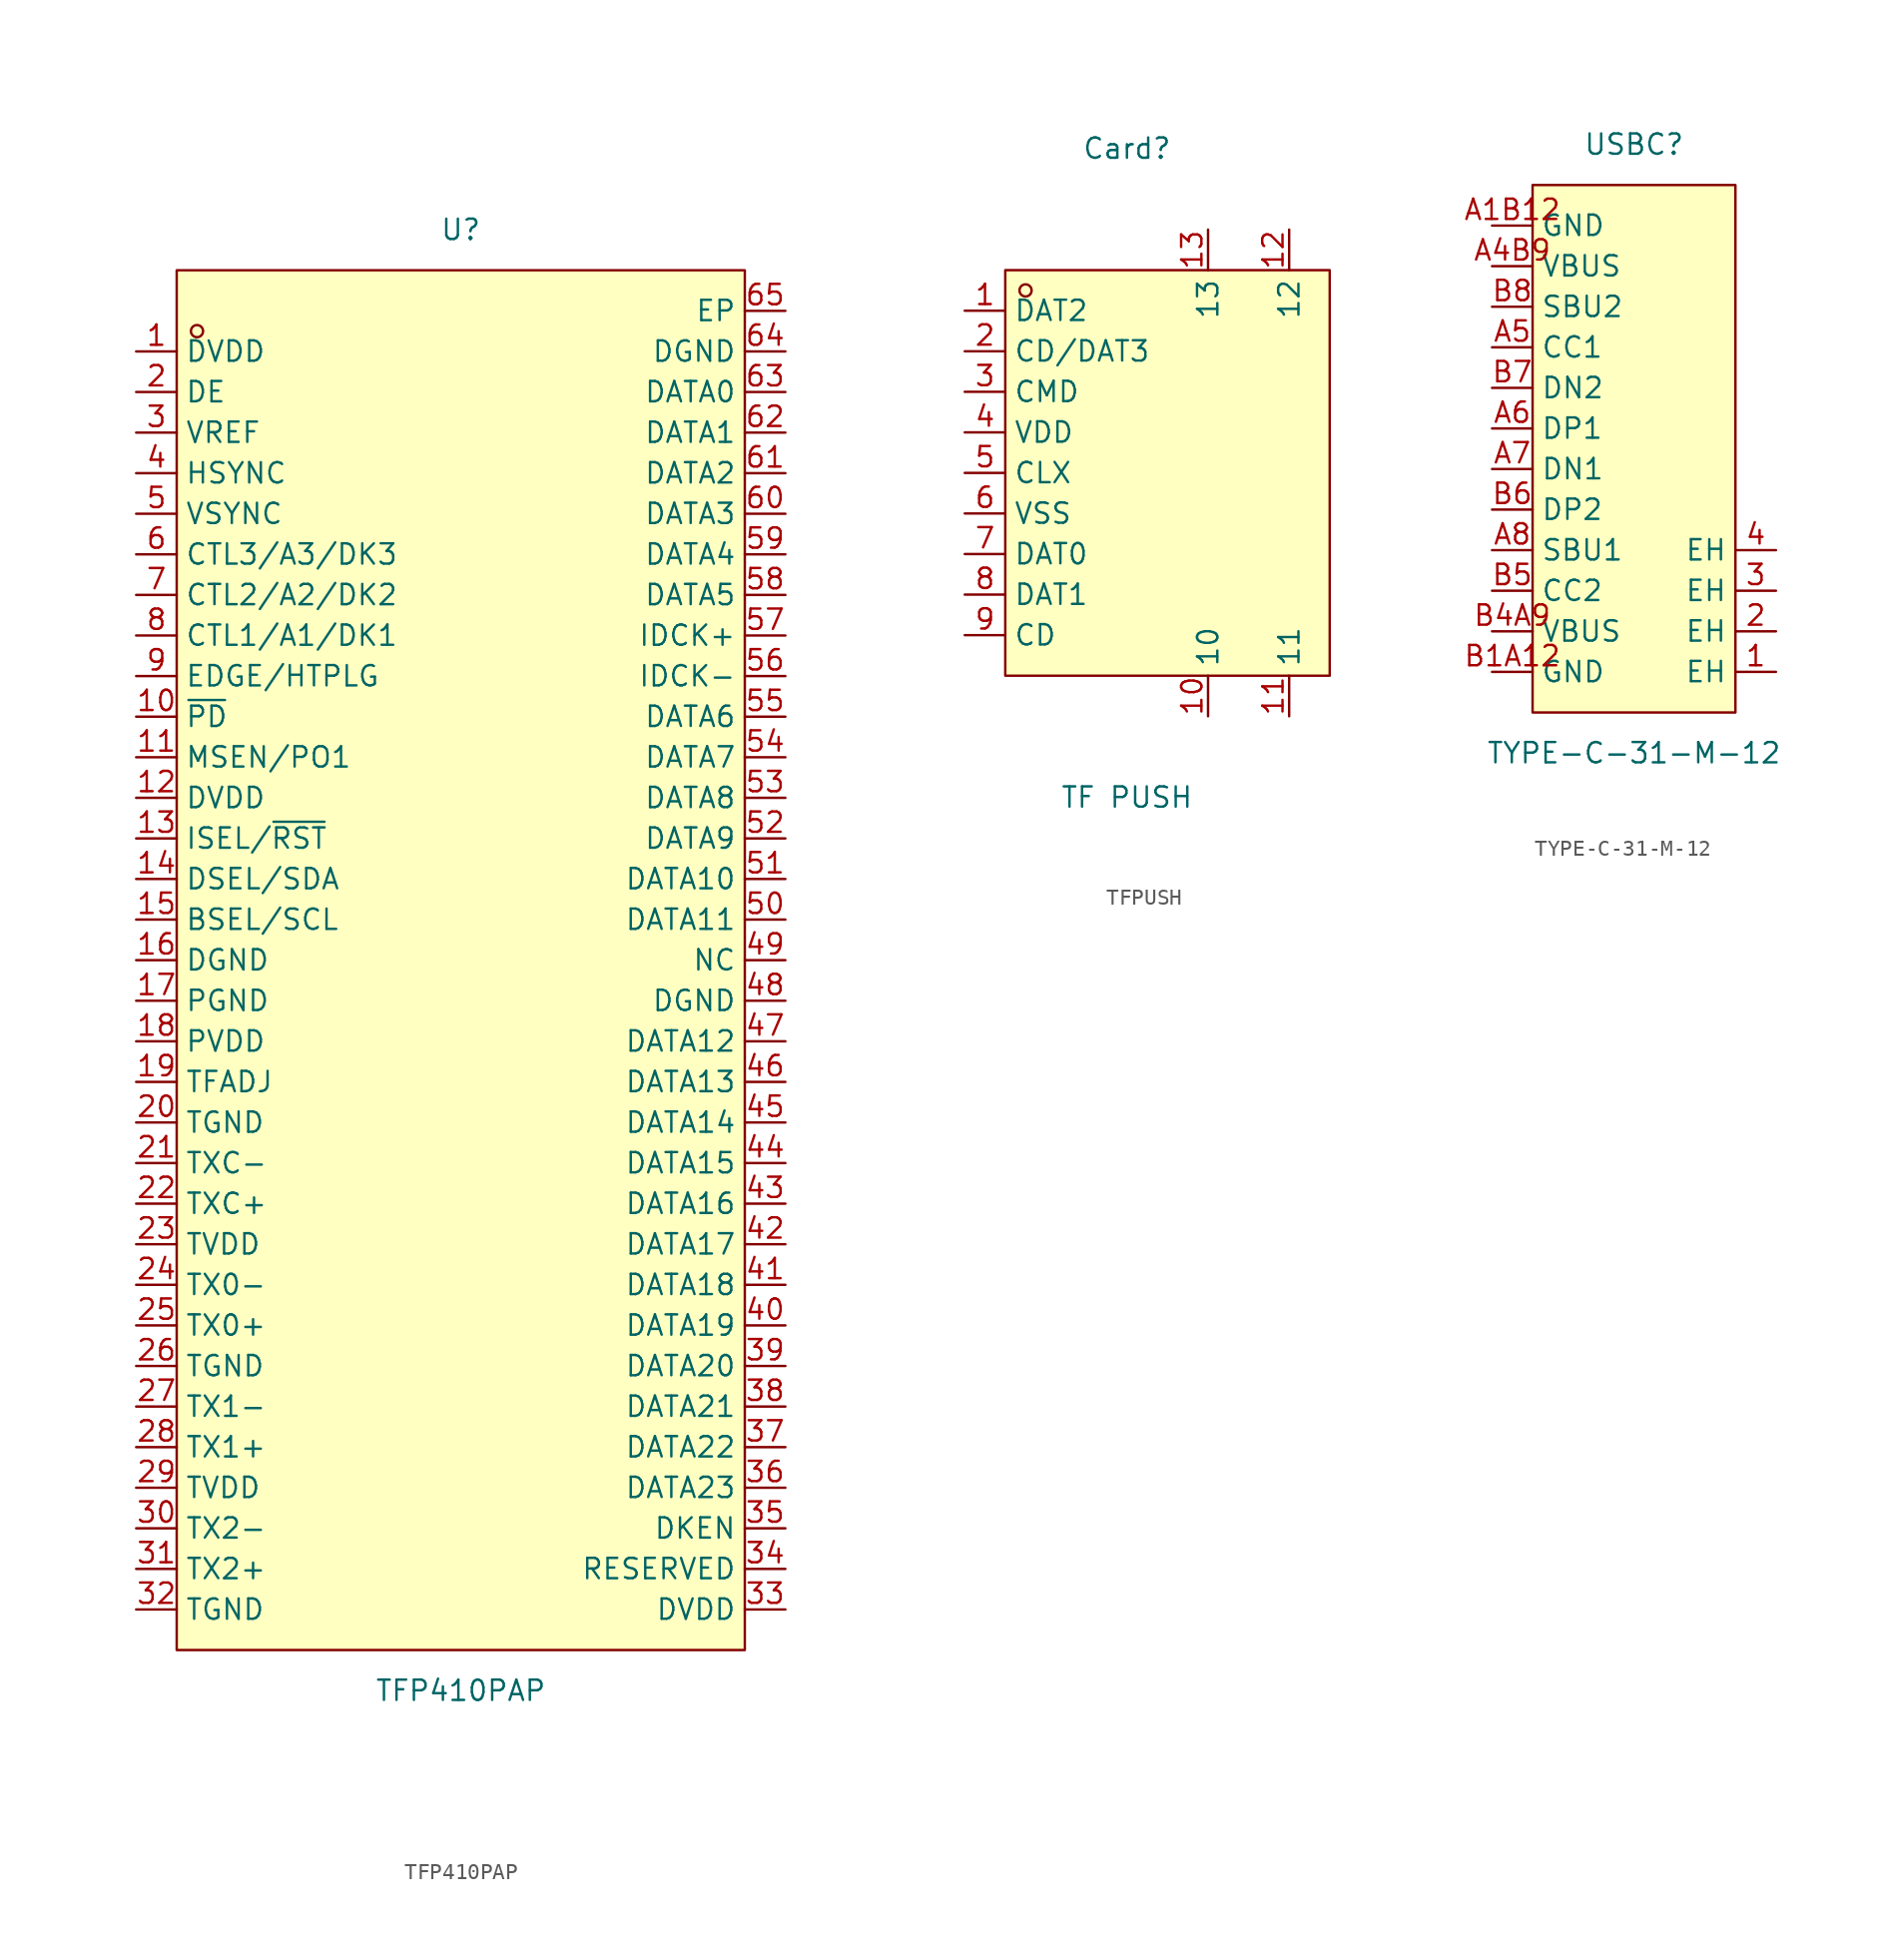
<source format=kicad_sym>
(kicad_symbol_lib
  (version 20241209)
  (generator "kicad_symbol_editor")
  (generator_version "9.0")
  (symbol "TFP410PAP"
    (property "Reference" "U"
      (at 0 46.99 0)
      (effects (font (size 1.27 1.27))))
    (property "Value" "TFP410PAP"
      (at 0 -44.45 0)
      (effects (font (size 1.27 1.27))))
    (symbol "TFP410PAP_0_1"
      (rectangle (start -17.78 44.45) (end 17.78 -41.91) (stroke (width 0) (type default) (color 0 0 0 0)) (fill (type background)))
      (circle (center -16.51 40.64) (radius 0.38) (stroke (width 0) (type default) (color 0 0 0 0)) (fill (type none)))
      (pin unspecified line (at -20.32 39.37 0) (length 2.54) (name "DVDD" (effects (font (size 1.27 1.27)))) (number "1" (effects (font (size 1.27 1.27)))))
      (pin unspecified line (at -20.32 36.83 0) (length 2.54) (name "DE" (effects (font (size 1.27 1.27)))) (number "2" (effects (font (size 1.27 1.27)))))
      (pin unspecified line (at -20.32 34.29 0) (length 2.54) (name "VREF" (effects (font (size 1.27 1.27)))) (number "3" (effects (font (size 1.27 1.27)))))
      (pin unspecified line (at -20.32 31.75 0) (length 2.54) (name "HSYNC" (effects (font (size 1.27 1.27)))) (number "4" (effects (font (size 1.27 1.27)))))
      (pin unspecified line (at -20.32 29.21 0) (length 2.54) (name "VSYNC" (effects (font (size 1.27 1.27)))) (number "5" (effects (font (size 1.27 1.27)))))
      (pin unspecified line (at -20.32 26.67 0) (length 2.54) (name "CTL3/A3/DK3" (effects (font (size 1.27 1.27)))) (number "6" (effects (font (size 1.27 1.27)))))
      (pin unspecified line (at -20.32 24.13 0) (length 2.54) (name "CTL2/A2/DK2" (effects (font (size 1.27 1.27)))) (number "7" (effects (font (size 1.27 1.27)))))
      (pin unspecified line (at -20.32 21.59 0) (length 2.54) (name "CTL1/A1/DK1" (effects (font (size 1.27 1.27)))) (number "8" (effects (font (size 1.27 1.27)))))
      (pin unspecified line (at -20.32 19.05 0) (length 2.54) (name "EDGE/HTPLG" (effects (font (size 1.27 1.27)))) (number "9" (effects (font (size 1.27 1.27)))))
      (pin unspecified line (at -20.32 16.51 0) (length 2.54) (name "~{PD}" (effects (font (size 1.27 1.27)))) (number "10" (effects (font (size 1.27 1.27)))))
      (pin unspecified line (at -20.32 13.97 0) (length 2.54) (name "MSEN/PO1" (effects (font (size 1.27 1.27)))) (number "11" (effects (font (size 1.27 1.27)))))
      (pin unspecified line (at -20.32 11.43 0) (length 2.54) (name "DVDD" (effects (font (size 1.27 1.27)))) (number "12" (effects (font (size 1.27 1.27)))))
      (pin unspecified line (at -20.32 8.89 0) (length 2.54) (name "ISEL/~{RST}" (effects (font (size 1.27 1.27)))) (number "13" (effects (font (size 1.27 1.27)))))
      (pin unspecified line (at -20.32 6.35 0) (length 2.54) (name "DSEL/SDA" (effects (font (size 1.27 1.27)))) (number "14" (effects (font (size 1.27 1.27)))))
      (pin unspecified line (at -20.32 3.81 0) (length 2.54) (name "BSEL/SCL" (effects (font (size 1.27 1.27)))) (number "15" (effects (font (size 1.27 1.27)))))
      (pin unspecified line (at -20.32 1.27 0) (length 2.54) (name "DGND" (effects (font (size 1.27 1.27)))) (number "16" (effects (font (size 1.27 1.27)))))
      (pin unspecified line (at -20.32 -1.27 0) (length 2.54) (name "PGND" (effects (font (size 1.27 1.27)))) (number "17" (effects (font (size 1.27 1.27)))))
      (pin unspecified line (at -20.32 -3.81 0) (length 2.54) (name "PVDD" (effects (font (size 1.27 1.27)))) (number "18" (effects (font (size 1.27 1.27)))))
      (pin unspecified line (at -20.32 -6.35 0) (length 2.54) (name "TFADJ" (effects (font (size 1.27 1.27)))) (number "19" (effects (font (size 1.27 1.27)))))
      (pin unspecified line (at -20.32 -8.89 0) (length 2.54) (name "TGND" (effects (font (size 1.27 1.27)))) (number "20" (effects (font (size 1.27 1.27)))))
      (pin unspecified line (at -20.32 -11.43 0) (length 2.54) (name "TXC-" (effects (font (size 1.27 1.27)))) (number "21" (effects (font (size 1.27 1.27)))))
      (pin unspecified line (at -20.32 -13.97 0) (length 2.54) (name "TXC+" (effects (font (size 1.27 1.27)))) (number "22" (effects (font (size 1.27 1.27)))))
      (pin unspecified line (at -20.32 -16.51 0) (length 2.54) (name "TVDD" (effects (font (size 1.27 1.27)))) (number "23" (effects (font (size 1.27 1.27)))))
      (pin unspecified line (at -20.32 -19.05 0) (length 2.54) (name "TX0-" (effects (font (size 1.27 1.27)))) (number "24" (effects (font (size 1.27 1.27)))))
      (pin unspecified line (at -20.32 -21.59 0) (length 2.54) (name "TX0+" (effects (font (size 1.27 1.27)))) (number "25" (effects (font (size 1.27 1.27)))))
      (pin unspecified line (at -20.32 -24.13 0) (length 2.54) (name "TGND" (effects (font (size 1.27 1.27)))) (number "26" (effects (font (size 1.27 1.27)))))
      (pin unspecified line (at -20.32 -26.67 0) (length 2.54) (name "TX1-" (effects (font (size 1.27 1.27)))) (number "27" (effects (font (size 1.27 1.27)))))
      (pin unspecified line (at -20.32 -29.21 0) (length 2.54) (name "TX1+" (effects (font (size 1.27 1.27)))) (number "28" (effects (font (size 1.27 1.27)))))
      (pin unspecified line (at -20.32 -31.75 0) (length 2.54) (name "TVDD" (effects (font (size 1.27 1.27)))) (number "29" (effects (font (size 1.27 1.27)))))
      (pin unspecified line (at -20.32 -34.29 0) (length 2.54) (name "TX2-" (effects (font (size 1.27 1.27)))) (number "30" (effects (font (size 1.27 1.27)))))
      (pin unspecified line (at -20.32 -36.83 0) (length 2.54) (name "TX2+" (effects (font (size 1.27 1.27)))) (number "31" (effects (font (size 1.27 1.27)))))
      (pin unspecified line (at -20.32 -39.37 0) (length 2.54) (name "TGND" (effects (font (size 1.27 1.27)))) (number "32" (effects (font (size 1.27 1.27)))))
      (pin unspecified line (at 20.32 -39.37 180) (length 2.54) (name "DVDD" (effects (font (size 1.27 1.27)))) (number "33" (effects (font (size 1.27 1.27)))))
      (pin unspecified line (at 20.32 -36.83 180) (length 2.54) (name "RESERVED" (effects (font (size 1.27 1.27)))) (number "34" (effects (font (size 1.27 1.27)))))
      (pin unspecified line (at 20.32 -34.29 180) (length 2.54) (name "DKEN" (effects (font (size 1.27 1.27)))) (number "35" (effects (font (size 1.27 1.27)))))
      (pin unspecified line (at 20.32 -31.75 180) (length 2.54) (name "DATA23" (effects (font (size 1.27 1.27)))) (number "36" (effects (font (size 1.27 1.27)))))
      (pin unspecified line (at 20.32 -29.21 180) (length 2.54) (name "DATA22" (effects (font (size 1.27 1.27)))) (number "37" (effects (font (size 1.27 1.27)))))
      (pin unspecified line (at 20.32 -26.67 180) (length 2.54) (name "DATA21" (effects (font (size 1.27 1.27)))) (number "38" (effects (font (size 1.27 1.27)))))
      (pin unspecified line (at 20.32 -24.13 180) (length 2.54) (name "DATA20" (effects (font (size 1.27 1.27)))) (number "39" (effects (font (size 1.27 1.27)))))
      (pin unspecified line (at 20.32 -21.59 180) (length 2.54) (name "DATA19" (effects (font (size 1.27 1.27)))) (number "40" (effects (font (size 1.27 1.27)))))
      (pin unspecified line (at 20.32 -19.05 180) (length 2.54) (name "DATA18" (effects (font (size 1.27 1.27)))) (number "41" (effects (font (size 1.27 1.27)))))
      (pin unspecified line (at 20.32 -16.51 180) (length 2.54) (name "DATA17" (effects (font (size 1.27 1.27)))) (number "42" (effects (font (size 1.27 1.27)))))
      (pin unspecified line (at 20.32 -13.97 180) (length 2.54) (name "DATA16" (effects (font (size 1.27 1.27)))) (number "43" (effects (font (size 1.27 1.27)))))
      (pin unspecified line (at 20.32 -11.43 180) (length 2.54) (name "DATA15" (effects (font (size 1.27 1.27)))) (number "44" (effects (font (size 1.27 1.27)))))
      (pin unspecified line (at 20.32 -8.89 180) (length 2.54) (name "DATA14" (effects (font (size 1.27 1.27)))) (number "45" (effects (font (size 1.27 1.27)))))
      (pin unspecified line (at 20.32 -6.35 180) (length 2.54) (name "DATA13" (effects (font (size 1.27 1.27)))) (number "46" (effects (font (size 1.27 1.27)))))
      (pin unspecified line (at 20.32 -3.81 180) (length 2.54) (name "DATA12" (effects (font (size 1.27 1.27)))) (number "47" (effects (font (size 1.27 1.27)))))
      (pin unspecified line (at 20.32 -1.27 180) (length 2.54) (name "DGND" (effects (font (size 1.27 1.27)))) (number "48" (effects (font (size 1.27 1.27)))))
      (pin unspecified line (at 20.32 1.27 180) (length 2.54) (name "NC" (effects (font (size 1.27 1.27)))) (number "49" (effects (font (size 1.27 1.27)))))
      (pin unspecified line (at 20.32 3.81 180) (length 2.54) (name "DATA11" (effects (font (size 1.27 1.27)))) (number "50" (effects (font (size 1.27 1.27)))))
      (pin unspecified line (at 20.32 6.35 180) (length 2.54) (name "DATA10" (effects (font (size 1.27 1.27)))) (number "51" (effects (font (size 1.27 1.27)))))
      (pin unspecified line (at 20.32 8.89 180) (length 2.54) (name "DATA9" (effects (font (size 1.27 1.27)))) (number "52" (effects (font (size 1.27 1.27)))))
      (pin unspecified line (at 20.32 11.43 180) (length 2.54) (name "DATA8" (effects (font (size 1.27 1.27)))) (number "53" (effects (font (size 1.27 1.27)))))
      (pin unspecified line (at 20.32 13.97 180) (length 2.54) (name "DATA7" (effects (font (size 1.27 1.27)))) (number "54" (effects (font (size 1.27 1.27)))))
      (pin unspecified line (at 20.32 16.51 180) (length 2.54) (name "DATA6" (effects (font (size 1.27 1.27)))) (number "55" (effects (font (size 1.27 1.27)))))
      (pin unspecified line (at 20.32 19.05 180) (length 2.54) (name "IDCK-" (effects (font (size 1.27 1.27)))) (number "56" (effects (font (size 1.27 1.27)))))
      (pin unspecified line (at 20.32 21.59 180) (length 2.54) (name "IDCK+" (effects (font (size 1.27 1.27)))) (number "57" (effects (font (size 1.27 1.27)))))
      (pin unspecified line (at 20.32 24.13 180) (length 2.54) (name "DATA5" (effects (font (size 1.27 1.27)))) (number "58" (effects (font (size 1.27 1.27)))))
      (pin unspecified line (at 20.32 26.67 180) (length 2.54) (name "DATA4" (effects (font (size 1.27 1.27)))) (number "59" (effects (font (size 1.27 1.27)))))
      (pin unspecified line (at 20.32 29.21 180) (length 2.54) (name "DATA3" (effects (font (size 1.27 1.27)))) (number "60" (effects (font (size 1.27 1.27)))))
      (pin unspecified line (at 20.32 31.75 180) (length 2.54) (name "DATA2" (effects (font (size 1.27 1.27)))) (number "61" (effects (font (size 1.27 1.27)))))
      (pin unspecified line (at 20.32 34.29 180) (length 2.54) (name "DATA1" (effects (font (size 1.27 1.27)))) (number "62" (effects (font (size 1.27 1.27)))))
      (pin unspecified line (at 20.32 36.83 180) (length 2.54) (name "DATA0" (effects (font (size 1.27 1.27)))) (number "63" (effects (font (size 1.27 1.27)))))
      (pin unspecified line (at 20.32 39.37 180) (length 2.54) (name "DGND" (effects (font (size 1.27 1.27)))) (number "64" (effects (font (size 1.27 1.27)))))
      (pin unspecified line (at 20.32 41.91 180) (length 2.54) (name "EP" (effects (font (size 1.27 1.27)))) (number "65" (effects (font (size 1.27 1.27)))))))
  (symbol "TFPUSH"
    (property "Reference" "Card"
      (at 0 20.32 0)
      (effects (font (size 1.27 1.27))))
    (property "Value" "TF PUSH"
      (at 0 -20.32 0)
      (effects (font (size 1.27 1.27))))
    (symbol "TFPUSH_0_1"
      (rectangle (start -7.62 12.7) (end 12.7 -12.7) (stroke (width 0) (type default)) (fill (type background)))
      (circle (center -6.35 11.43) (radius 0.38) (stroke (width 0) (type default)) (fill (type none)))
      (pin unspecified line (at -10.16 10.16 0) (length 2.54) (name "DAT2" (effects (font (size 1.27 1.27)))) (number "1" (effects (font (size 1.27 1.27)))))
      (pin unspecified line (at -10.16 7.62 0) (length 2.54) (name "CD/DAT3" (effects (font (size 1.27 1.27)))) (number "2" (effects (font (size 1.27 1.27)))))
      (pin unspecified line (at -10.16 5.08 0) (length 2.54) (name "CMD" (effects (font (size 1.27 1.27)))) (number "3" (effects (font (size 1.27 1.27)))))
      (pin unspecified line (at -10.16 2.54 0) (length 2.54) (name "VDD" (effects (font (size 1.27 1.27)))) (number "4" (effects (font (size 1.27 1.27)))))
      (pin unspecified line (at -10.16 0 0) (length 2.54) (name "CLX" (effects (font (size 1.27 1.27)))) (number "5" (effects (font (size 1.27 1.27)))))
      (pin unspecified line (at -10.16 -2.54 0) (length 2.54) (name "VSS" (effects (font (size 1.27 1.27)))) (number "6" (effects (font (size 1.27 1.27)))))
      (pin unspecified line (at -10.16 -5.08 0) (length 2.54) (name "DAT0" (effects (font (size 1.27 1.27)))) (number "7" (effects (font (size 1.27 1.27)))))
      (pin unspecified line (at -10.16 -7.62 0) (length 2.54) (name "DAT1" (effects (font (size 1.27 1.27)))) (number "8" (effects (font (size 1.27 1.27)))))
      (pin unspecified line (at -10.16 -10.16 0) (length 2.54) (name "CD" (effects (font (size 1.27 1.27)))) (number "9" (effects (font (size 1.27 1.27)))))
      (pin unspecified line (at 5.08 15.24 270) (length 2.54) (name "13" (effects (font (size 1.27 1.27)))) (number "13" (effects (font (size 1.27 1.27)))))
      (pin unspecified line (at 5.08 -15.24 90) (length 2.54) (name "10" (effects (font (size 1.27 1.27)))) (number "10" (effects (font (size 1.27 1.27)))))
      (pin unspecified line (at 10.16 15.24 270) (length 2.54) (name "12" (effects (font (size 1.27 1.27)))) (number "12" (effects (font (size 1.27 1.27)))))
      (pin unspecified line (at 10.16 -15.24 90) (length 2.54) (name "11" (effects (font (size 1.27 1.27)))) (number "11" (effects (font (size 1.27 1.27)))))))
  (symbol "TYPE-C-31-M-12"
    (property "Reference" "USBC"
      (at 0 19.05 0)
      (effects (font (size 1.27 1.27))))
    (property "Value" "TYPE-C-31-M-12"
      (at 0 -19.05 0)
      (effects (font (size 1.27 1.27))))
    (symbol "TYPE-C-31-M-12_0_1"
      (rectangle (start -6.35 16.51) (end 6.35 -16.51) (stroke (width 0) (type default) (color 0 0 0 0)) (fill (type background)))
      (pin unspecified line (at -8.89 13.97 0) (length 2.54) (name "GND" (effects (font (size 1.27 1.27)))) (number "A1B12" (effects (font (size 1.27 1.27)))))
      (pin unspecified line (at -8.89 11.43 0) (length 2.54) (name "VBUS" (effects (font (size 1.27 1.27)))) (number "A4B9" (effects (font (size 1.27 1.27)))))
      (pin unspecified line (at -8.89 8.89 0) (length 2.54) (name "SBU2" (effects (font (size 1.27 1.27)))) (number "B8" (effects (font (size 1.27 1.27)))))
      (pin unspecified line (at -8.89 6.35 0) (length 2.54) (name "CC1" (effects (font (size 1.27 1.27)))) (number "A5" (effects (font (size 1.27 1.27)))))
      (pin unspecified line (at -8.89 3.81 0) (length 2.54) (name "DN2" (effects (font (size 1.27 1.27)))) (number "B7" (effects (font (size 1.27 1.27)))))
      (pin unspecified line (at -8.89 1.27 0) (length 2.54) (name "DP1" (effects (font (size 1.27 1.27)))) (number "A6" (effects (font (size 1.27 1.27)))))
      (pin unspecified line (at -8.89 -1.27 0) (length 2.54) (name "DN1" (effects (font (size 1.27 1.27)))) (number "A7" (effects (font (size 1.27 1.27)))))
      (pin unspecified line (at -8.89 -3.81 0) (length 2.54) (name "DP2" (effects (font (size 1.27 1.27)))) (number "B6" (effects (font (size 1.27 1.27)))))
      (pin unspecified line (at -8.89 -6.35 0) (length 2.54) (name "SBU1" (effects (font (size 1.27 1.27)))) (number "A8" (effects (font (size 1.27 1.27)))))
      (pin unspecified line (at -8.89 -8.89 0) (length 2.54) (name "CC2" (effects (font (size 1.27 1.27)))) (number "B5" (effects (font (size 1.27 1.27)))))
      (pin unspecified line (at -8.89 -11.43 0) (length 2.54) (name "VBUS" (effects (font (size 1.27 1.27)))) (number "B4A9" (effects (font (size 1.27 1.27)))))
      (pin unspecified line (at -8.89 -13.97 0) (length 2.54) (name "GND" (effects (font (size 1.27 1.27)))) (number "B1A12" (effects (font (size 1.27 1.27)))))
      (pin unspecified line (at 8.89 -6.35 180) (length 2.54) (name "EH" (effects (font (size 1.27 1.27)))) (number "4" (effects (font (size 1.27 1.27)))))
      (pin unspecified line (at 8.89 -8.89 180) (length 2.54) (name "EH" (effects (font (size 1.27 1.27)))) (number "3" (effects (font (size 1.27 1.27)))))
      (pin unspecified line (at 8.89 -11.43 180) (length 2.54) (name "EH" (effects (font (size 1.27 1.27)))) (number "2" (effects (font (size 1.27 1.27)))))
      (pin unspecified line (at 8.89 -13.97 180) (length 2.54) (name "EH" (effects (font (size 1.27 1.27)))) (number "1" (effects (font (size 1.27 1.27))))))))
</source>
